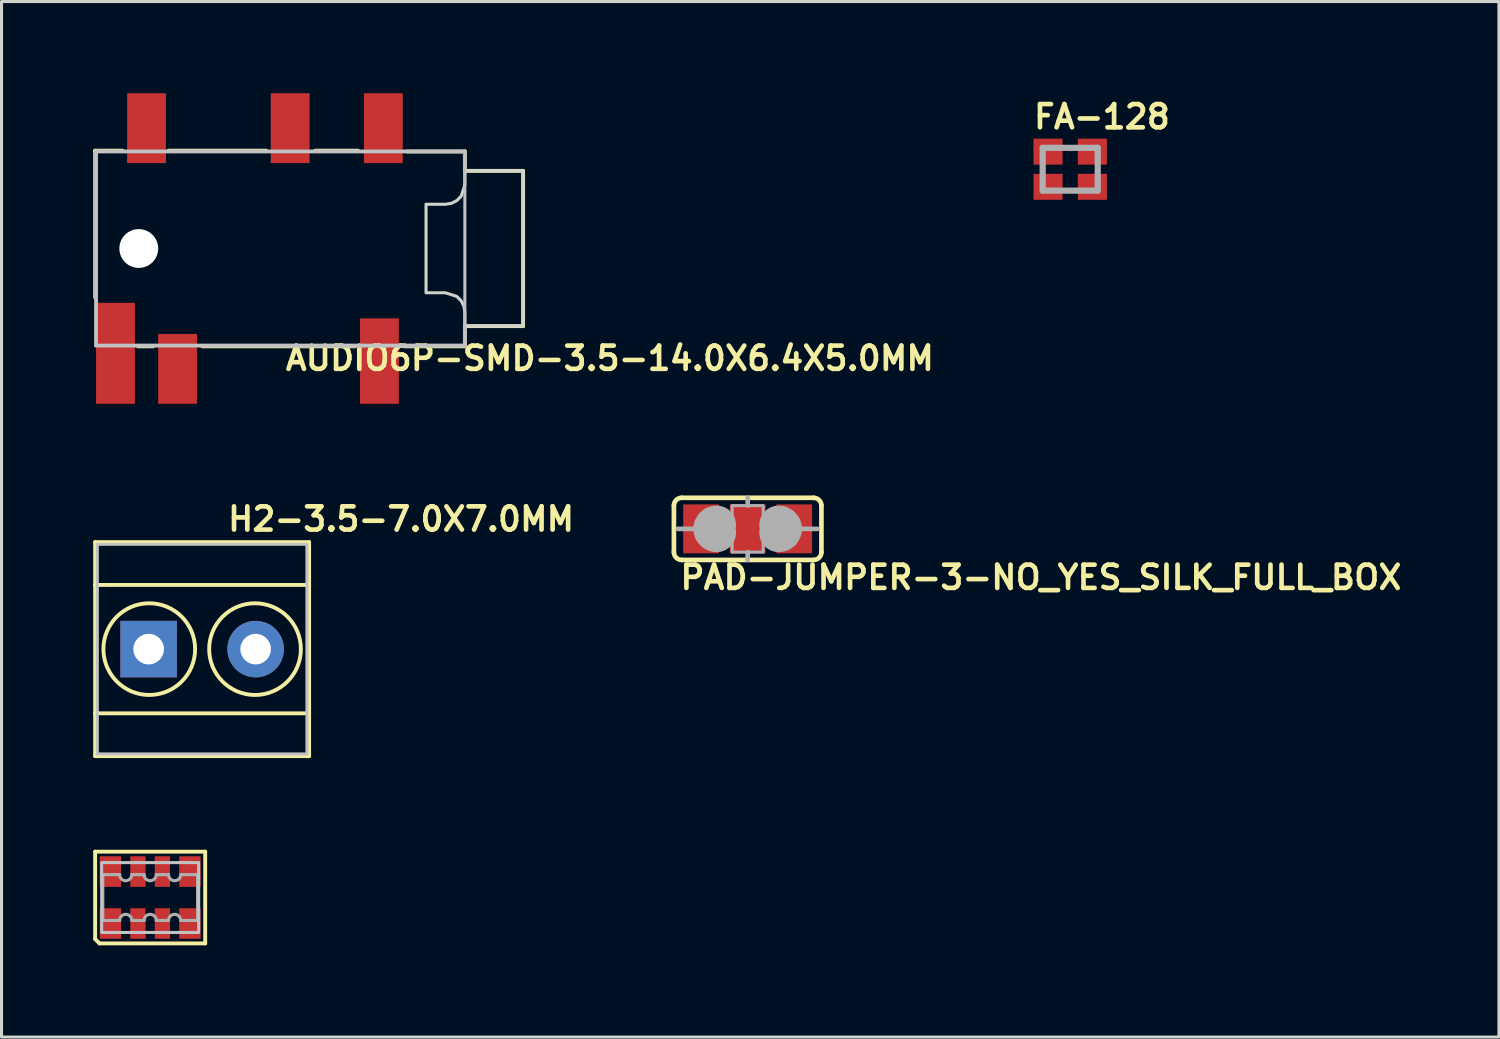
<source format=kicad_pcb>
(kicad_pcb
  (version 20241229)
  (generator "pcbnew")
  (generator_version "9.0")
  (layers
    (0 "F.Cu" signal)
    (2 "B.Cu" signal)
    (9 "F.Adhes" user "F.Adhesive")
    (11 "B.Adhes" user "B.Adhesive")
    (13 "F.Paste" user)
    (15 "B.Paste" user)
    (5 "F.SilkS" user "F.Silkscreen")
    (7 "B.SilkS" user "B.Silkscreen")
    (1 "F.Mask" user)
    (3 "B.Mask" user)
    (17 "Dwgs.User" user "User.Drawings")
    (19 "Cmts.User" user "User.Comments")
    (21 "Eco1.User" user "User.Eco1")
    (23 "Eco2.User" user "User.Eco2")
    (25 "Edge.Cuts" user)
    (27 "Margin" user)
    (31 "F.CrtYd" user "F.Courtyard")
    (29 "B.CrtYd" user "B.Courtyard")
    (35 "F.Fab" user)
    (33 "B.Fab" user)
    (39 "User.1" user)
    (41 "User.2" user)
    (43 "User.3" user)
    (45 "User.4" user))
  (footprint "H2-3.5-7.0X7.0MM"
    (layer "F.Cu")
    (at 3.563 18.186)
    (property "Reference" "H2-3.5-7.0X7.0MM" (at 0.762 -3.81 0) (layer "F.SilkS") (effects (font (size 0.76 0.76) (thickness 0.152)) (justify left bottom)))
    (attr through_hole)
    (fp_line (start -3.5 -3.5) (end 3.5 -3.5) (stroke (width 0.127) (type solid)) (layer "F.SilkS"))
    (fp_line (start -3.5 -2.1) (end -3.5 -3.5) (stroke (width 0.127) (type solid)) (layer "F.SilkS"))
    (fp_line (start -3.5 -2.1) (end 3.5 -2.1) (stroke (width 0.127) (type solid)) (layer "F.SilkS"))
    (fp_line (start -3.5 2.1) (end -3.5 -2.1) (stroke (width 0.127) (type solid)) (layer "F.SilkS"))
    (fp_line (start -3.5 2.1) (end 3.5 2.1) (stroke (width 0.127) (type solid)) (layer "F.SilkS"))
    (fp_line (start -3.5 3.5) (end -3.5 2.1) (stroke (width 0.127) (type solid)) (layer "F.SilkS"))
    (fp_line (start 3.5 -3.5) (end 3.5 -2.1) (stroke (width 0.127) (type solid)) (layer "F.SilkS"))
    (fp_line (start 3.5 -2.1) (end 3.5 2.1) (stroke (width 0.127) (type solid)) (layer "F.SilkS"))
    (fp_line (start 3.5 2.1) (end 3.5 3.5) (stroke (width 0.127) (type solid)) (layer "F.SilkS"))
    (fp_line (start 3.5 3.5) (end -3.5 3.5) (stroke (width 0.127) (type solid)) (layer "F.SilkS"))
    (fp_circle (center -1.73 0) (end -0.23 0) (stroke (width 0.127) (type solid)) (fill no) (layer "F.SilkS"))
    (fp_circle (center 1.73 0) (end 3.23 0) (stroke (width 0.127) (type solid)) (fill no) (layer "F.SilkS"))
    (fp_poly (pts (xy -3.429 3.429) (xy 3.429 3.429) (xy 3.429 -3.429) (xy -3.429 -3.429)) (stroke (width 0.1) (type solid)) (fill no) (layer "Dwgs.User"))
    (pad "1" thru_hole rect (at -1.75 0) (size 1.85 1.85) (drill 1) (layers "*.Cu" "*.Mask"))
    (pad "2" thru_hole circle (at 1.75 0) (size 1.85 1.85) (drill 1) (layers "*.Cu" "*.Mask")))
  (footprint "PAD-JUMPER-3-NO_YES_SILK_FULL_BOX"
    (layer "F.Cu")
    (at 21.41 14.252)
    (property "Reference" "PAD-JUMPER-3-NO_YES_SILK_FULL_BOX" (at -2.286 2.032 0) (layer "F.SilkS") (effects (font (size 0.76 0.76) (thickness 0.152)) (justify left bottom)))
    (attr through_hole)
    (fp_line (start -2.413 0.762) (end -2.413 -0.762) (stroke (width 0.152) (type solid)) (layer "F.SilkS"))
    (fp_line (start -2.159 -1.016) (end 2.159 -1.016) (stroke (width 0.152) (type solid)) (layer "F.SilkS"))
    (fp_line (start 2.159 1.016) (end -2.159 1.016) (stroke (width 0.152) (type solid)) (layer "F.SilkS"))
    (fp_line (start 2.413 0.762) (end 2.413 -0.762) (stroke (width 0.152) (type solid)) (layer "F.SilkS"))
    (fp_arc (start -2.413 -0.762) (mid -2.338605 -0.941605) (end -2.159 -1.016) (stroke (width 0.1524) (type solid)) (layer "F.SilkS"))
    (fp_arc (start -2.159 1.016) (mid -2.338605 0.941605) (end -2.413 0.762) (stroke (width 0.1524) (type solid)) (layer "F.SilkS"))
    (fp_arc (start 2.159 -1.016) (mid 2.338605 -0.941605) (end 2.413 -0.762) (stroke (width 0.1524) (type solid)) (layer "F.SilkS"))
    (fp_arc (start 2.413 0.762) (mid 2.338605 0.941605) (end 2.159 1.016) (stroke (width 0.1524) (type solid)) (layer "F.SilkS"))
    (fp_line (start -1.778 0) (end -2.286 0) (stroke (width 0.152) (type solid)) (layer "F.Fab"))
    (fp_line (start 0 -0.762) (end 0 -1.016) (stroke (width 0.152) (type solid)) (layer "F.Fab"))
    (fp_line (start 0 1.016) (end 0 0.762) (stroke (width 0.152) (type solid)) (layer "F.Fab"))
    (fp_line (start 1.778 0) (end 2.286 0) (stroke (width 0.152) (type solid)) (layer "F.Fab"))
    (fp_arc (start -1.016 0.127) (mid -1.143 0) (end -1.016 -0.127) (stroke (width 1.27) (type solid)) (layer "F.Fab"))
    (fp_arc (start 1.016 -0.127) (mid 1.143 0) (end 1.016 0.127) (stroke (width 1.27) (type solid)) (layer "F.Fab"))
    (fp_poly (pts (xy -0.508 0.762) (xy 0.508 0.762) (xy 0.508 -0.762) (xy -0.508 -0.762)) (stroke (width 0.1) (type solid)) (fill no) (layer "F.Fab"))
    (pad "1" smd rect (at -1.524 0) (size 1.168 1.6) (layers "F.Cu" "F.Mask" "F.Paste"))
    (pad "2" smd rect (at 0 0) (size 1.168 1.6) (layers "F.Cu" "F.Mask" "F.Paste"))
    (pad "3" smd rect (at 1.524 0) (size 1.168 1.6) (layers "F.Cu" "F.Mask" "F.Paste")))
  (footprint "AUDIO6P-SMD-3.5-14.0X6.4X5.0MM"
    (layer "F.Cu")
    (at 14.063 5.08)
    (property "Reference" "AUDIO6P-SMD-3.5-14.0X6.4X5.0MM" (at -7.847 4.037 180) (layer "F.SilkS") (effects (font (size 0.76 0.76) (thickness 0.152)) (justify left bottom)))
    (attr through_hole)
    (fp_line (start -14 -3.2) (end -14 1.6) (stroke (width 0.127) (type solid)) (layer "F.SilkS"))
    (fp_line (start -13.1 -3.2) (end -14 -3.2) (stroke (width 0.127) (type solid)) (layer "F.SilkS"))
    (fp_line (start -12.6 3.2) (end -12.1 3.2) (stroke (width 0.127) (type solid)) (layer "F.SilkS"))
    (fp_line (start -10.5 3.2) (end -5.5 3.2) (stroke (width 0.127) (type solid)) (layer "F.SilkS"))
    (fp_line (start -8.4 -3.2) (end -11.6 -3.2) (stroke (width 0.127) (type solid)) (layer "F.SilkS"))
    (fp_line (start -5.4 -3.2) (end -6.8 -3.2) (stroke (width 0.127) (type solid)) (layer "F.SilkS"))
    (fp_line (start -3.9 3.2) (end -1.9 3.2) (stroke (width 0.127) (type solid)) (layer "F.SilkS"))
    (fp_line (start -1.905 2.54) (end 0 2.54) (stroke (width 0.127) (type solid)) (layer "F.SilkS"))
    (fp_line (start -1.9 -3.175) (end -3.8 -3.175) (stroke (width 0.127) (type solid)) (layer "F.SilkS"))
    (fp_line (start -1.9 -2.6) (end -1.9 -3.175) (stroke (width 0.127) (type solid)) (layer "F.SilkS"))
    (fp_line (start -1.9 3.2) (end -1.9 2.5) (stroke (width 0.127) (type solid)) (layer "F.SilkS"))
    (fp_line (start 0 -2.54) (end -1.905 -2.54) (stroke (width 0.127) (type solid)) (layer "F.SilkS"))
    (fp_line (start 0 2.54) (end 0 -2.54) (stroke (width 0.127) (type solid)) (layer "F.SilkS"))
    (fp_poly (pts (xy -13.97 3.175) (xy -1.905 3.175) (xy -1.905 -3.175) (xy -13.97 -3.175)) (stroke (width 0.1) (type solid)) (fill no) (layer "Dwgs.User"))
    (fp_poly (pts (xy -3.175 -1.448) (xy -2.54 -1.448) (xy -2.344 -1.479) (xy -2.167 -1.569) (xy -2.026 -1.71) (xy -1.905 -2.083) (xy -1.905 -2.54) (xy 0 -2.54) (xy 0 2.54) (xy -1.905 2.54) (xy -1.905 2.083) (xy -1.936 1.887) (xy -2.026 1.71) (xy -2.167 1.569) (xy -2.54 1.448) (xy -3.175 1.448)) (stroke (width 0.1) (type solid)) (fill no) (layer "Edge.Cuts"))
    (fp_line (start -13.97 -3.175) (end -13.97 3.175) (stroke (width 0.127) (type solid)) (layer "F.Fab"))
    (fp_line (start -13.97 3.175) (end -1.905 3.175) (stroke (width 0.127) (type solid)) (layer "F.Fab"))
    (fp_line (start -1.905 -3.175) (end -13.97 -3.175) (stroke (width 0.127) (type solid)) (layer "F.Fab"))
    (fp_line (start -1.905 -2.54) (end -1.905 -3.175) (stroke (width 0.127) (type solid)) (layer "F.Fab"))
    (fp_line (start -1.905 3.175) (end -1.905 2.54) (stroke (width 0.127) (type solid)) (layer "F.Fab"))
    (pad "" np_thru_hole circle (at -12.573 0) (size 1.27 1.27) (drill 1.27) (layers "*.Cu" "*.Mask"))
    (pad "COM1" smd rect (at -4.572 -3.937 90) (size 2.286 1.27) (layers "F.Cu" "F.Mask" "F.Paste"))
    (pad "COM2" smd rect (at -4.699 3.683 90) (size 2.794 1.27) (layers "F.Cu" "F.Mask" "F.Paste"))
    (pad "L" smd rect (at -11.303 3.937 90) (size 2.286 1.27) (layers "F.Cu" "F.Mask" "F.Paste"))
    (pad "LS" smd rect (at -13.335 3.429 90) (size 3.302 1.27) (layers "F.Cu" "F.Mask" "F.Paste"))
    (pad "R" smd rect (at -7.62 -3.937 90) (size 2.286 1.27) (layers "F.Cu" "F.Mask" "F.Paste"))
    (pad "RS" smd rect (at -12.319 -3.937 90) (size 2.286 1.27) (layers "F.Cu" "F.Mask" "F.Paste")))
  (footprint "RA1206-8"
    (layer "F.Cu")
    (at 1.863 26.313)
    (property "Reference" "RA1206-8" (at -1.27 0 0) (layer "F.Mask") (effects (font (size 0.434 0.434) (thickness 0.043)) (justify left bottom)))
    (attr through_hole)
    (fp_line (start -1.8 -1.5) (end 1.8 -1.5) (stroke (width 0.127) (type solid)) (layer "F.SilkS"))
    (fp_line (start -1.8 1.359) (end -1.8 -1.5) (stroke (width 0.127) (type solid)) (layer "F.SilkS"))
    (fp_line (start -1.659 1.5) (end -1.8 1.359) (stroke (width 0.127) (type solid)) (layer "F.SilkS"))
    (fp_line (start 1.8 -1.5) (end 1.8 1.5) (stroke (width 0.127) (type solid)) (layer "F.SilkS"))
    (fp_line (start 1.8 1.5) (end -1.659 1.5) (stroke (width 0.127) (type solid)) (layer "F.SilkS"))
    (fp_poly (pts (xy -1.587 1.143) (xy 1.587 1.143) (xy 1.587 -1.143) (xy -1.587 -1.143)) (stroke (width 0.1) (type solid)) (fill no) (layer "Dwgs.User"))
    (fp_line (start -1.55 -0.75) (end -1 -0.75) (stroke (width 0.102) (type solid)) (layer "F.Fab"))
    (fp_line (start -1.55 0.75) (end -1.55 -0.75) (stroke (width 0.102) (type solid)) (layer "F.Fab"))
    (fp_line (start -1 0.75) (end -1.55 0.75) (stroke (width 0.102) (type solid)) (layer "F.Fab"))
    (fp_line (start -0.6 -0.75) (end -0.2 -0.75) (stroke (width 0.102) (type solid)) (layer "F.Fab"))
    (fp_line (start -0.2 0.75) (end -0.6 0.75) (stroke (width 0.102) (type solid)) (layer "F.Fab"))
    (fp_line (start 0.2 -0.75) (end 0.6 -0.75) (stroke (width 0.102) (type solid)) (layer "F.Fab"))
    (fp_line (start 0.6 0.75) (end 0.2 0.75) (stroke (width 0.102) (type solid)) (layer "F.Fab"))
    (fp_line (start 1 -0.75) (end 1.55 -0.75) (stroke (width 0.102) (type solid)) (layer "F.Fab"))
    (fp_line (start 1.55 -0.75) (end 1.55 0.75) (stroke (width 0.102) (type solid)) (layer "F.Fab"))
    (fp_line (start 1.55 0.75) (end 1 0.75) (stroke (width 0.102) (type solid)) (layer "F.Fab"))
    (fp_arc (start -1 0.75) (mid -0.8 0.55) (end -0.6 0.75) (stroke (width 0.1016) (type solid)) (layer "F.Fab"))
    (fp_arc (start -0.6 -0.75) (mid -0.8 -0.55) (end -1 -0.75) (stroke (width 0.1016) (type solid)) (layer "F.Fab"))
    (fp_arc (start -0.2 0.75) (mid 0 0.55) (end 0.2 0.75) (stroke (width 0.1016) (type solid)) (layer "F.Fab"))
    (fp_arc (start 0.2 -0.75) (mid 0 -0.55) (end -0.2 -0.75) (stroke (width 0.1016) (type solid)) (layer "F.Fab"))
    (fp_arc (start 0.6 0.75) (mid 0.8 0.55) (end 1 0.75) (stroke (width 0.1016) (type solid)) (layer "F.Fab"))
    (fp_arc (start 1 -0.75) (mid 0.8 -0.55) (end 0.6 -0.75) (stroke (width 0.1016) (type solid)) (layer "F.Fab"))
    (pad "1" smd rect (at -1.3 0.85) (size 0.7 1) (layers "F.Cu" "F.Mask" "F.Paste"))
    (pad "2" smd rect (at -0.4 0.85) (size 0.5 1) (layers "F.Cu" "F.Mask" "F.Paste"))
    (pad "3" smd rect (at 0.4 0.85) (size 0.5 1) (layers "F.Cu" "F.Mask" "F.Paste"))
    (pad "4" smd rect (at 1.3 0.85) (size 0.7 1) (layers "F.Cu" "F.Mask" "F.Paste"))
    (pad "5" smd rect (at 1.3 -0.85) (size 0.7 1) (layers "F.Cu" "F.Mask" "F.Paste"))
    (pad "6" smd rect (at 0.4 -0.85) (size 0.5 1) (layers "F.Cu" "F.Mask" "F.Paste"))
    (pad "7" smd rect (at -0.4 -0.85) (size 0.5 1) (layers "F.Cu" "F.Mask" "F.Paste"))
    (pad "8" smd rect (at -1.3 -0.85) (size 0.7 1) (layers "F.Cu" "F.Mask" "F.Paste")))
  (footprint "FA-128"
    (layer "F.Cu")
    (at 31.962 2.486)
    (property "Reference" "FA-128" (at -1.27 -1.27 0) (layer "F.SilkS") (effects (font (size 0.76 0.76) (thickness 0.152)) (justify left bottom)))
    (attr through_hole)
    (fp_poly (pts (xy -1.25 -0.1) (xy -0.2 -0.1) (xy -0.2 -1.05) (xy -1.25 -1.05)) (stroke (width 0) (type solid)) (fill yes) (layer "F.Mask"))
    (fp_poly (pts (xy -1.25 1.05) (xy -0.2 1.05) (xy -0.2 0.1) (xy -1.25 0.1)) (stroke (width 0) (type solid)) (fill yes) (layer "F.Mask"))
    (fp_poly (pts (xy 0.2 -0.1) (xy 1.25 -0.1) (xy 1.25 -1.05) (xy 0.2 -1.05)) (stroke (width 0) (type solid)) (fill yes) (layer "F.Mask"))
    (fp_poly (pts (xy 0.225 1.025) (xy 0.225 0.45) (xy 0.55 0.125) (xy 1.225 0.125) (xy 1.225 1.025)) (stroke (width 0) (type solid)) (fill yes) (layer "F.Mask"))
    (fp_poly (pts (xy -1.15 -0.2) (xy -0.3 -0.2) (xy -0.3 -0.95) (xy -1.15 -0.95)) (stroke (width 0) (type solid)) (fill yes) (layer "F.Paste"))
    (fp_poly (pts (xy -1.15 0.95) (xy -0.3 0.95) (xy -0.3 0.2) (xy -1.15 0.2)) (stroke (width 0) (type solid)) (fill yes) (layer "F.Paste"))
    (fp_poly (pts (xy 0.3 -0.2) (xy 1.15 -0.2) (xy 1.15 -0.95) (xy 0.3 -0.95)) (stroke (width 0) (type solid)) (fill yes) (layer "F.Paste"))
    (fp_poly (pts (xy 0.325 0.475) (xy 0.575 0.225) (xy 1.125 0.225) (xy 1.125 0.925) (xy 0.325 0.925)) (stroke (width 0) (type solid)) (fill yes) (layer "F.Paste"))
    (fp_line (start -0.9 -0.7) (end 0.9 -0.7) (stroke (width 0.203) (type solid)) (layer "F.Fab"))
    (fp_line (start -0.9 0.7) (end -0.9 -0.7) (stroke (width 0.203) (type solid)) (layer "F.Fab"))
    (fp_line (start 0.9 -0.7) (end 0.9 0.7) (stroke (width 0.203) (type solid)) (layer "F.Fab"))
    (fp_line (start 0.9 0.7) (end -0.9 0.7) (stroke (width 0.203) (type solid)) (layer "F.Fab"))
    (pad "1" smd rect (at -0.725 0.575) (size 0.95 0.85) (layers "F.Cu" "F.Mask"))
    (pad "2" smd rect (at 0.725 0.575) (size 0.95 0.85) (layers "F.Cu" "F.Mask"))
    (pad "3" smd rect (at 0.725 -0.575 180) (size 0.95 0.85) (layers "F.Cu" "F.Mask"))
    (pad "4" smd rect (at -0.725 -0.575 180) (size 0.95 0.85) (layers "F.Cu" "F.Mask")))
  (gr_rect
    (start -3 -3)
    (end 45.988 30.877)
    (stroke (width 0.1) (type default))
    (fill no)
    (layer "Edge.Cuts")))
</source>
